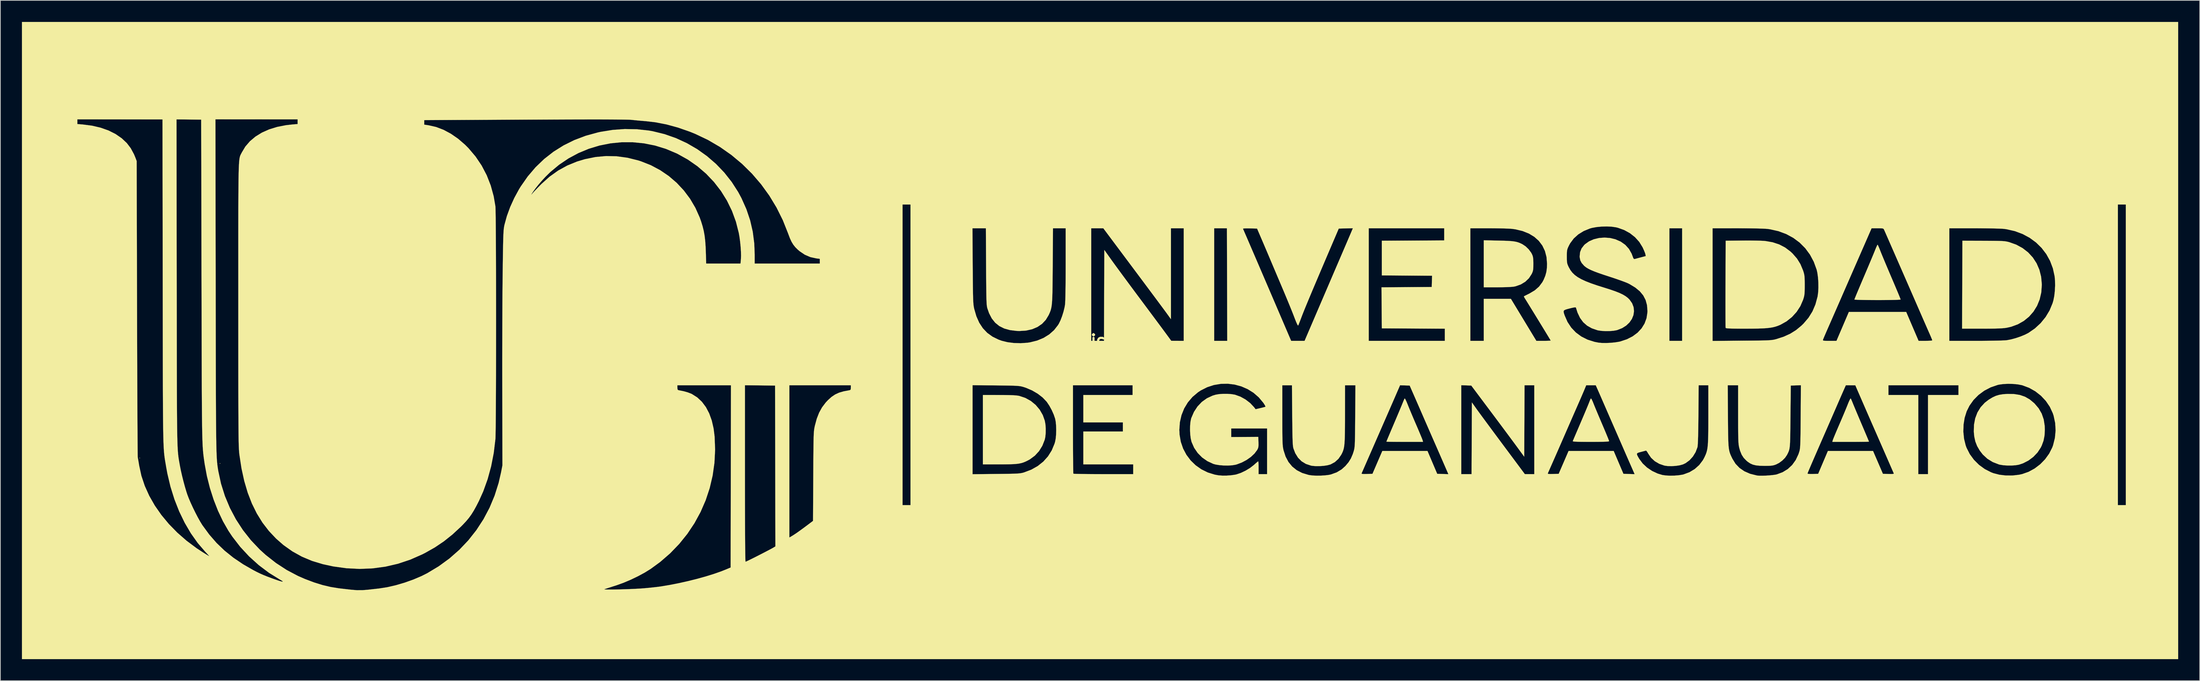
<source format=kicad_pcb>
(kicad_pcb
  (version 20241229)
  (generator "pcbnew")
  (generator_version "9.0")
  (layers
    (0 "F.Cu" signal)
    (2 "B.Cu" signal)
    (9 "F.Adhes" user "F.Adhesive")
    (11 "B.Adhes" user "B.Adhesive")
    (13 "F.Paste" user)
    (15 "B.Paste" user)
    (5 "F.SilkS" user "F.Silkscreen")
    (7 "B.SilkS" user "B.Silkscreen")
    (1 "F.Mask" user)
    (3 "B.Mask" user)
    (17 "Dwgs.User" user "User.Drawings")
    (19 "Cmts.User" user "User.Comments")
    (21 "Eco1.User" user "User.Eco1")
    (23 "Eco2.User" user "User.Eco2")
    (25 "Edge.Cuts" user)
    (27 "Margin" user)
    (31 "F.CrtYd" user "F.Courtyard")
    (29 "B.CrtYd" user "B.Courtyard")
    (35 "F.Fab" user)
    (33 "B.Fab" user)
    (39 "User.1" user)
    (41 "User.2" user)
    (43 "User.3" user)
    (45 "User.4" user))
  (footprint "Dicis"
    (layer "F.Cu")
    (at 149.95 44.286)
    (property "Reference" "Dicis" (at 0 0 0) (layer "F.SilkS") (effects (font (size 1.524 1.524) (thickness 0.3))))
    (attr through_hole)
    (fp_poly (pts (xy -133.519 16.383) (xy -133.562 16.425) (xy -133.604 16.383) (xy -133.562 16.341) (xy -133.519 16.383)) (stroke (width 0.01) (type solid)) (fill yes) (layer "F.SilkS"))
    (fp_poly (pts (xy -122.343 17.145) (xy -122.386 17.187) (xy -122.428 17.145) (xy -122.386 17.103) (xy -122.343 17.145)) (stroke (width 0.01) (type solid)) (fill yes) (layer "F.SilkS"))
    (fp_poly (pts (xy -13.991 7.621) (xy -13.227 7.624) (xy -12.611 7.633) (xy -12.121 7.649) (xy -11.738 7.672) (xy -11.441 7.704) (xy -11.207 7.745) (xy -11.18 7.751) (xy -10.344 8.032) (xy -9.583 8.455) (xy -8.916 9.004) (xy -8.358 9.663) (xy -7.925 10.416) (xy -7.65 11.187) (xy -7.555 11.705) (xy -7.512 12.302) (xy -7.519 12.914) (xy -7.576 13.477) (xy -7.655 13.839) (xy -7.986 14.682) (xy -8.446 15.425) (xy -9.027 16.058) (xy -9.72 16.569) (xy -9.957 16.701) (xy -10.272 16.858) (xy -10.565 16.983) (xy -10.863 17.08) (xy -11.188 17.153) (xy -11.564 17.204) (xy -12.017 17.239) (xy -12.57 17.259) (xy -13.247 17.268) (xy -13.949 17.271) (xy -16.256 17.272) (xy -16.256 7.62) (xy -13.991 7.621)) (stroke (width 0.01) (type solid)) (fill yes) (layer "F.SilkS"))
    (fp_poly (pts (xy 55.478 -13.862) (xy 56.208 -13.844) (xy 56.795 -13.822) (xy 57.265 -13.791) (xy 57.644 -13.747) (xy 57.96 -13.687) (xy 58.237 -13.606) (xy 58.503 -13.5) (xy 58.784 -13.366) (xy 58.804 -13.355) (xy 59.251 -13.057) (xy 59.673 -12.648) (xy 60.017 -12.186) (xy 60.142 -11.953) (xy 60.228 -11.739) (xy 60.282 -11.512) (xy 60.312 -11.227) (xy 60.324 -10.839) (xy 60.325 -10.626) (xy 60.321 -10.199) (xy 60.304 -9.894) (xy 60.267 -9.662) (xy 60.2 -9.456) (xy 60.096 -9.228) (xy 60.09 -9.215) (xy 59.71 -8.629) (xy 59.202 -8.142) (xy 58.583 -7.765) (xy 57.872 -7.512) (xy 57.621 -7.458) (xy 57.385 -7.43) (xy 57.013 -7.406) (xy 56.539 -7.386) (xy 55.998 -7.373) (xy 55.423 -7.366) (xy 55.272 -7.366) (xy 53.425 -7.366) (xy 53.425 -13.905) (xy 55.478 -13.862)) (stroke (width 0.01) (type solid)) (fill yes) (layer "F.SilkS"))
    (fp_poly (pts (xy 122.936 -13.836) (xy 123.727 -13.833) (xy 124.37 -13.829) (xy 124.885 -13.822) (xy 125.294 -13.811) (xy 125.616 -13.796) (xy 125.872 -13.775) (xy 126.084 -13.746) (xy 126.273 -13.709) (xy 126.458 -13.664) (xy 126.517 -13.648) (xy 127.506 -13.296) (xy 128.39 -12.815) (xy 129.161 -12.216) (xy 129.812 -11.508) (xy 130.335 -10.702) (xy 130.723 -9.806) (xy 130.968 -8.832) (xy 131.063 -7.789) (xy 131.063 -7.679) (xy 130.987 -6.645) (xy 130.763 -5.677) (xy 130.399 -4.787) (xy 129.904 -3.985) (xy 129.288 -3.282) (xy 128.559 -2.689) (xy 127.726 -2.217) (xy 126.798 -1.876) (xy 126.163 -1.733) (xy 125.884 -1.694) (xy 125.53 -1.663) (xy 125.085 -1.639) (xy 124.53 -1.623) (xy 123.848 -1.613) (xy 123.02 -1.609) (xy 122.713 -1.609) (xy 119.972 -1.609) (xy 119.993 -7.726) (xy 120.015 -13.843) (xy 122.936 -13.836)) (stroke (width 0.01) (type solid)) (fill yes) (layer "F.SilkS"))
    (fp_poly (pts (xy 42.475 8.144) (xy 42.572 8.319) (xy 42.698 8.595) (xy 42.823 8.903) (xy 42.956 9.235) (xy 43.142 9.687) (xy 43.366 10.224) (xy 43.615 10.813) (xy 43.873 11.417) (xy 44.017 11.748) (xy 44.253 12.296) (xy 44.468 12.803) (xy 44.653 13.244) (xy 44.798 13.596) (xy 44.891 13.835) (xy 44.923 13.928) (xy 44.976 14.139) (xy 42.427 14.139) (xy 41.79 14.138) (xy 41.211 14.136) (xy 40.71 14.132) (xy 40.31 14.126) (xy 40.029 14.12) (xy 39.89 14.113) (xy 39.878 14.11) (xy 39.91 14.028) (xy 40.001 13.808) (xy 40.142 13.472) (xy 40.326 13.036) (xy 40.544 12.519) (xy 40.79 11.942) (xy 40.921 11.633) (xy 41.189 11.004) (xy 41.444 10.401) (xy 41.677 9.849) (xy 41.877 9.371) (xy 42.035 8.992) (xy 42.139 8.736) (xy 42.162 8.678) (xy 42.274 8.404) (xy 42.369 8.193) (xy 42.422 8.099) (xy 42.475 8.144)) (stroke (width 0.01) (type solid)) (fill yes) (layer "F.SilkS"))
    (fp_poly (pts (xy 104.536 8.211) (xy 104.634 8.431) (xy 104.735 8.678) (xy 104.817 8.884) (xy 104.957 9.221) (xy 105.143 9.666) (xy 105.365 10.194) (xy 105.613 10.781) (xy 105.877 11.403) (xy 105.975 11.633) (xy 106.231 12.234) (xy 106.464 12.784) (xy 106.667 13.263) (xy 106.831 13.652) (xy 106.948 13.933) (xy 107.01 14.086) (xy 107.019 14.11) (xy 106.937 14.117) (xy 106.708 14.124) (xy 106.35 14.13) (xy 105.884 14.134) (xy 105.332 14.138) (xy 104.714 14.139) (xy 104.469 14.139) (xy 101.92 14.139) (xy 101.973 13.928) (xy 102.021 13.794) (xy 102.126 13.529) (xy 102.28 13.156) (xy 102.472 12.699) (xy 102.693 12.181) (xy 102.88 11.748) (xy 103.138 11.15) (xy 103.394 10.549) (xy 103.634 9.979) (xy 103.843 9.475) (xy 104.007 9.072) (xy 104.073 8.903) (xy 104.214 8.561) (xy 104.337 8.294) (xy 104.43 8.132) (xy 104.475 8.099) (xy 104.536 8.211)) (stroke (width 0.01) (type solid)) (fill yes) (layer "F.SilkS"))
    (fp_poly (pts (xy 127.2 7.486) (xy 128.007 7.615) (xy 128.727 7.863) (xy 129.384 8.241) (xy 130.001 8.756) (xy 130.051 8.805) (xy 130.623 9.475) (xy 131.046 10.21) (xy 131.325 11.02) (xy 131.465 11.918) (xy 131.485 12.446) (xy 131.441 13.258) (xy 131.301 13.976) (xy 131.053 14.652) (xy 130.914 14.935) (xy 130.464 15.619) (xy 129.883 16.228) (xy 129.201 16.737) (xy 128.446 17.124) (xy 127.885 17.312) (xy 127.432 17.391) (xy 126.879 17.431) (xy 126.288 17.431) (xy 125.718 17.393) (xy 125.233 17.316) (xy 125.095 17.281) (xy 124.239 16.95) (xy 123.49 16.489) (xy 122.849 15.896) (xy 122.433 15.358) (xy 122.067 14.729) (xy 121.816 14.09) (xy 121.665 13.392) (xy 121.603 12.731) (xy 121.627 11.765) (xy 121.796 10.869) (xy 122.105 10.052) (xy 122.551 9.324) (xy 123.129 8.695) (xy 123.679 8.271) (xy 124.194 7.958) (xy 124.664 7.738) (xy 125.145 7.594) (xy 125.69 7.509) (xy 126.283 7.471) (xy 127.2 7.486)) (stroke (width 0.01) (type solid)) (fill yes) (layer "F.SilkS"))
    (fp_poly (pts (xy 68.384 8.14) (xy 68.48 8.309) (xy 68.601 8.576) (xy 68.664 8.734) (xy 68.77 9) (xy 68.931 9.394) (xy 69.136 9.886) (xy 69.372 10.449) (xy 69.629 11.053) (xy 69.893 11.672) (xy 69.901 11.691) (xy 70.148 12.27) (xy 70.372 12.801) (xy 70.563 13.263) (xy 70.715 13.636) (xy 70.818 13.898) (xy 70.864 14.031) (xy 70.866 14.04) (xy 70.818 14.071) (xy 70.667 14.095) (xy 70.401 14.113) (xy 70.008 14.126) (xy 69.477 14.135) (xy 68.794 14.139) (xy 68.317 14.139) (xy 67.566 14.138) (xy 66.969 14.133) (xy 66.514 14.125) (xy 66.184 14.112) (xy 65.966 14.094) (xy 65.846 14.071) (xy 65.808 14.041) (xy 65.809 14.034) (xy 65.852 13.932) (xy 65.953 13.694) (xy 66.103 13.341) (xy 66.296 12.891) (xy 66.521 12.366) (xy 66.77 11.783) (xy 66.885 11.515) (xy 67.151 10.892) (xy 67.403 10.299) (xy 67.631 9.757) (xy 67.825 9.292) (xy 67.976 8.926) (xy 68.072 8.685) (xy 68.091 8.636) (xy 68.194 8.372) (xy 68.284 8.173) (xy 68.327 8.099) (xy 68.384 8.14)) (stroke (width 0.01) (type solid)) (fill yes) (layer "F.SilkS"))
    (fp_poly (pts (xy 108.264 -13.219) (xy 108.357 -13.019) (xy 108.48 -12.726) (xy 108.582 -12.467) (xy 108.689 -12.197) (xy 108.853 -11.795) (xy 109.065 -11.285) (xy 109.313 -10.691) (xy 109.589 -10.037) (xy 109.882 -9.347) (xy 110.159 -8.697) (xy 110.443 -8.034) (xy 110.704 -7.419) (xy 110.936 -6.869) (xy 111.131 -6.402) (xy 111.281 -6.035) (xy 111.38 -5.787) (xy 111.421 -5.674) (xy 111.421 -5.671) (xy 111.338 -5.648) (xy 111.092 -5.629) (xy 110.692 -5.613) (xy 110.144 -5.601) (xy 109.456 -5.593) (xy 108.635 -5.588) (xy 108.204 -5.588) (xy 107.485 -5.59) (xy 106.821 -5.595) (xy 106.233 -5.603) (xy 105.736 -5.614) (xy 105.352 -5.627) (xy 105.096 -5.641) (xy 104.989 -5.657) (xy 104.987 -5.66) (xy 105.019 -5.751) (xy 105.111 -5.981) (xy 105.255 -6.331) (xy 105.445 -6.786) (xy 105.673 -7.328) (xy 105.931 -7.939) (xy 106.214 -8.603) (xy 106.286 -8.771) (xy 106.587 -9.479) (xy 106.88 -10.168) (xy 107.153 -10.816) (xy 107.398 -11.399) (xy 107.605 -11.896) (xy 107.765 -12.284) (xy 107.869 -12.54) (xy 107.873 -12.552) (xy 108.003 -12.872) (xy 108.115 -13.123) (xy 108.192 -13.269) (xy 108.214 -13.292) (xy 108.264 -13.219)) (stroke (width 0.01) (type solid)) (fill yes) (layer "F.SilkS"))
    (fp_poly (pts (xy 90.768 -13.869) (xy 91.377 -13.859) (xy 91.909 -13.845) (xy 92.334 -13.826) (xy 92.601 -13.804) (xy 93.619 -13.625) (xy 94.528 -13.326) (xy 95.347 -12.9) (xy 96.095 -12.338) (xy 96.387 -12.064) (xy 97 -11.362) (xy 97.477 -10.593) (xy 97.843 -9.72) (xy 97.852 -9.694) (xy 97.939 -9.422) (xy 98 -9.182) (xy 98.041 -8.936) (xy 98.064 -8.644) (xy 98.075 -8.268) (xy 98.079 -7.769) (xy 98.079 -7.662) (xy 98.076 -7.137) (xy 98.067 -6.742) (xy 98.046 -6.438) (xy 98.009 -6.186) (xy 97.951 -5.946) (xy 97.869 -5.68) (xy 97.849 -5.619) (xy 97.472 -4.748) (xy 96.951 -3.946) (xy 96.305 -3.234) (xy 95.554 -2.632) (xy 94.716 -2.162) (xy 94.676 -2.144) (xy 94.347 -2.007) (xy 94.018 -1.896) (xy 93.668 -1.806) (xy 93.275 -1.737) (xy 92.819 -1.686) (xy 92.279 -1.649) (xy 91.634 -1.626) (xy 90.863 -1.614) (xy 89.945 -1.61) (xy 89.892 -1.61) (xy 89.093 -1.611) (xy 88.45 -1.615) (xy 87.948 -1.624) (xy 87.574 -1.636) (xy 87.315 -1.654) (xy 87.156 -1.676) (xy 87.083 -1.705) (xy 87.076 -1.714) (xy 87.07 -1.815) (xy 87.064 -2.071) (xy 87.06 -2.468) (xy 87.056 -2.994) (xy 87.054 -3.634) (xy 87.053 -4.374) (xy 87.052 -5.201) (xy 87.053 -6.101) (xy 87.055 -7.06) (xy 87.058 -7.832) (xy 87.08 -13.843) (xy 89.45 -13.868) (xy 90.116 -13.872) (xy 90.768 -13.869)) (stroke (width 0.01) (type solid)) (fill yes) (layer "F.SilkS"))
    (fp_poly (pts (xy 150.029 44.365) (xy -149.945 44.365) (xy -149.945 -30.077) (xy -142.24 -30.077) (xy -141.499 -30.017) (xy -140.209 -29.851) (xy -139.01 -29.572) (xy -137.914 -29.184) (xy -136.931 -28.692) (xy -136.07 -28.099) (xy -135.359 -27.431) (xy -134.813 -26.715) (xy -134.358 -25.871) (xy -134.172 -25.423) (xy -133.986 -24.934) (xy -133.935 -4.403) (xy -133.931 -2.547) (xy -133.926 -0.735) (xy -133.92 1.026) (xy -133.915 2.729) (xy -133.909 4.366) (xy -133.903 5.931) (xy -133.897 7.416) (xy -133.891 8.813) (xy -133.884 10.115) (xy -133.878 11.314) (xy -133.872 12.404) (xy -133.866 13.376) (xy -133.86 14.224) (xy -133.854 14.941) (xy -133.848 15.518) (xy -133.843 15.948) (xy -133.837 16.224) (xy -133.832 16.339) (xy -133.832 16.341) (xy -133.797 16.511) (xy -133.744 16.803) (xy -133.682 17.17) (xy -133.638 17.441) (xy -133.33 18.861) (xy -132.859 20.268) (xy -132.234 21.653) (xy -131.461 23.006) (xy -130.547 24.317) (xy -129.501 25.576) (xy -128.329 26.774) (xy -127.038 27.901) (xy -125.636 28.947) (xy -124.666 29.58) (xy -124.351 29.773) (xy -124.094 29.928) (xy -123.927 30.027) (xy -123.878 30.052) (xy -123.919 29.997) (xy -124.054 29.845) (xy -124.261 29.621) (xy -124.451 29.42) (xy -125.49 28.211) (xy -126.443 26.865) (xy -127.304 25.397) (xy -128.068 23.819) (xy -128.728 22.143) (xy -129.278 20.385) (xy -129.712 18.556) (xy -129.873 17.682) (xy -129.919 17.409) (xy -129.962 17.159) (xy -130.002 16.925) (xy -130.04 16.701) (xy -130.074 16.481) (xy -130.105 16.258) (xy -130.134 16.025) (xy -130.161 15.776) (xy -130.185 15.504) (xy -130.206 15.204) (xy -130.226 14.867) (xy -130.244 14.489) (xy -130.26 14.061) (xy -130.274 13.579) (xy -130.286 13.034) (xy -130.297 12.422) (xy -130.306 11.734) (xy -130.315 10.965) (xy -130.322 10.109) (xy -130.328 9.158) (xy -130.333 8.106) (xy -130.338 6.946) (xy -130.341 5.673) (xy -130.345 4.279) (xy -130.348 2.758) (xy -130.35 1.104) (xy -130.353 -0.69) (xy -130.355 -2.631) (xy -130.358 -4.725) (xy -130.361 -6.979) (xy -130.362 -8.144) (xy -130.391 -30.724) (xy -135.174 -30.729) (xy -128.443 -30.729) (xy -128.415 -8.019) (xy -128.412 -5.684) (xy -128.409 -3.512) (xy -128.407 -1.495) (xy -128.404 0.371) (xy -128.402 2.093) (xy -128.399 3.679) (xy -128.396 5.133) (xy -128.393 6.464) (xy -128.389 7.677) (xy -128.384 8.778) (xy -128.379 9.775) (xy -128.373 10.673) (xy -128.365 11.479) (xy -128.357 12.2) (xy -128.348 12.842) (xy -128.337 13.411) (xy -128.325 13.913) (xy -128.311 14.356) (xy -128.296 14.746) (xy -128.279 15.089) (xy -128.26 15.391) (xy -128.239 15.66) (xy -128.216 15.901) (xy -128.191 16.121) (xy -128.164 16.326) (xy -128.134 16.523) (xy -128.102 16.719) (xy -128.067 16.919) (xy -128.029 17.13) (xy -127.988 17.359) (xy -127.977 17.426) (xy -127.849 18.078) (xy -127.68 18.827) (xy -127.484 19.615) (xy -127.275 20.385) (xy -127.068 21.08) (xy -126.947 21.451) (xy -126.745 21.983) (xy -126.478 22.607) (xy -126.166 23.284) (xy -125.829 23.972) (xy -125.488 24.63) (xy -125.161 25.216) (xy -124.871 25.689) (xy -124.838 25.739) (xy -123.894 27.028) (xy -122.874 28.201) (xy -121.759 29.272) (xy -120.532 30.258) (xy -119.175 31.174) (xy -117.771 31.981) (xy -117.272 32.241) (xy -116.802 32.468) (xy -116.317 32.681) (xy -115.774 32.898) (xy -115.129 33.139) (xy -114.85 33.239) (xy -114.326 33.422) (xy -113.95 33.539) (xy -113.724 33.591) (xy -113.65 33.577) (xy -113.729 33.497) (xy -113.962 33.352) (xy -114.046 33.305) (xy -115.567 32.364) (xy -117.005 31.282) (xy -118.346 30.071) (xy -119.576 28.746) (xy -120.68 27.319) (xy -121.226 26.501) (xy -121.982 25.181) (xy -122.668 23.732) (xy -123.276 22.181) (xy -123.795 20.56) (xy -124.215 18.895) (xy -124.525 17.218) (xy -124.548 17.061) (xy -124.585 16.803) (xy -124.62 16.561) (xy -124.652 16.328) (xy -124.682 16.099) (xy -124.709 15.865) (xy -124.735 15.622) (xy -124.758 15.362) (xy -124.779 15.079) (xy -124.799 14.765) (xy -124.816 14.415) (xy -124.832 14.023) (xy -124.847 13.58) (xy -124.86 13.081) (xy -124.872 12.519) (xy -124.882 11.888) (xy -124.891 11.181) (xy -124.9 10.391) (xy -124.907 9.511) (xy -124.914 8.536) (xy -124.92 7.459) (xy -124.926 6.272) (xy -124.931 4.97) (xy -124.935 3.546) (xy -124.94 1.993) (xy -124.944 0.304) (xy -124.948 -1.526) (xy -124.953 -3.505) (xy -124.957 -5.639) (xy -124.962 -7.935) (xy -124.963 -8.297) (xy -125.01 -30.692) (xy -126.727 -30.71) (xy -128.443 -30.729) (xy -135.174 -30.729) (xy -136.316 -30.73) (xy -142.24 -30.735) (xy -142.24 -30.077) (xy -149.945 -30.077) (xy -149.945 -30.736) (xy -123.028 -30.736) (xy -122.994 -7.558) (xy -122.991 -5.182) (xy -122.987 -2.969) (xy -122.984 -0.914) (xy -122.981 0.992) (xy -122.977 2.753) (xy -122.974 4.377) (xy -122.97 5.869) (xy -122.966 7.236) (xy -122.961 8.484) (xy -122.956 9.619) (xy -122.95 10.649) (xy -122.943 11.578) (xy -122.935 12.414) (xy -122.927 13.163) (xy -122.917 13.83) (xy -122.907 14.423) (xy -122.895 14.948) (xy -122.882 15.41) (xy -122.868 15.817) (xy -122.852 16.175) (xy -122.835 16.489) (xy -122.816 16.767) (xy -122.795 17.014) (xy -122.772 17.237) (xy -122.748 17.442) (xy -122.721 17.635) (xy -122.693 17.824) (xy -122.662 18.013) (xy -122.631 18.203) (xy -122.25 19.965) (xy -121.71 21.678) (xy -121.018 23.332) (xy -120.181 24.915) (xy -119.204 26.416) (xy -118.094 27.823) (xy -116.857 29.126) (xy -116.036 29.871) (xy -114.601 30.998) (xy -113.111 31.968) (xy -111.552 32.791) (xy -110.575 33.218) (xy -109.315 33.693) (xy -108.135 34.06) (xy -106.994 34.33) (xy -105.851 34.515) (xy -105.622 34.542) (xy -105.175 34.593) (xy -104.71 34.646) (xy -104.306 34.692) (xy -104.182 34.707) (xy -103.353 34.776) (xy -102.567 34.774) (xy -101.812 34.712) (xy -101.351 34.661) (xy -101.148 34.638) (xy -68.919 34.638) (xy -68.912 34.661) (xy -68.757 34.677) (xy -68.474 34.685) (xy -68.085 34.687) (xy -67.609 34.683) (xy -67.069 34.673) (xy -66.484 34.659) (xy -65.875 34.639) (xy -65.263 34.616) (xy -64.67 34.589) (xy -64.115 34.559) (xy -63.619 34.527) (xy -63.373 34.507) (xy -62.811 34.456) (xy -62.226 34.396) (xy -61.674 34.334) (xy -61.211 34.275) (xy -61.045 34.252) (xy -59.824 34.048) (xy -58.562 33.8) (xy -57.288 33.516) (xy -56.035 33.203) (xy -54.835 32.87) (xy -53.718 32.525) (xy -52.718 32.176) (xy -52.112 31.938) (xy -51.35 31.621) (xy -51.329 18.943) (xy -51.328 18.541) (xy -49.361 18.541) (xy -49.36 20.441) (xy -49.358 22.185) (xy -49.355 23.773) (xy -49.351 25.204) (xy -49.346 26.475) (xy -49.34 27.586) (xy -49.333 28.535) (xy -49.324 29.321) (xy -49.315 29.944) (xy -49.304 30.401) (xy -49.293 30.692) (xy -49.28 30.814) (xy -49.277 30.819) (xy -49.18 30.782) (xy -48.956 30.678) (xy -48.626 30.518) (xy -48.213 30.314) (xy -47.739 30.076) (xy -47.478 29.943) (xy -46.963 29.679) (xy -46.481 29.429) (xy -46.058 29.208) (xy -45.722 29.029) (xy -45.498 28.907) (xy -45.445 28.876) (xy -45.127 28.685) (xy -45.148 17.496) (xy -45.17 6.308) (xy -49.087 6.265) (xy -43.18 6.265) (xy -43.18 27.438) (xy -42.989 27.337) (xy -42.824 27.24) (xy -42.573 27.082) (xy -42.291 26.897) (xy -42.026 26.714) (xy -41.671 26.46) (xy -41.271 26.168) (xy -40.87 25.871) (xy -40.835 25.845) (xy -39.888 25.133) (xy -39.856 18.938) (xy -39.849 17.763) (xy -39.844 16.745) (xy -39.838 15.87) (xy -39.831 15.126) (xy -39.824 14.498) (xy -39.815 13.975) (xy -39.805 13.543) (xy -39.792 13.189) (xy -39.777 12.899) (xy -39.76 12.662) (xy -39.738 12.464) (xy -39.713 12.291) (xy -39.684 12.132) (xy -39.65 11.972) (xy -39.633 11.896) (xy -39.37 10.922) (xy -39.042 10.08) (xy -38.634 9.341) (xy -38.131 8.676) (xy -37.81 8.332) (xy -37.319 7.889) (xy -36.818 7.551) (xy -36.268 7.297) (xy -35.627 7.11) (xy -34.946 6.983) (xy -34.742 6.94) (xy -34.652 6.858) (xy -34.629 6.681) (xy -34.629 6.6) (xy -34.629 6.265) (xy -43.18 6.265) (xy -49.087 6.265) (xy -49.361 6.262) (xy -49.361 18.541) (xy -51.328 18.541) (xy -51.307 6.265) (xy -58.759 6.265) (xy -58.759 6.6) (xy -58.747 6.818) (xy -58.682 6.923) (xy -58.517 6.972) (xy -58.441 6.984) (xy -57.882 7.096) (xy -57.33 7.252) (xy -56.857 7.431) (xy -56.735 7.489) (xy -55.996 7.957) (xy -55.348 8.565) (xy -54.793 9.306) (xy -54.336 10.176) (xy -53.978 11.168) (xy -53.723 12.278) (xy -53.584 13.377) (xy -53.512 15.223) (xy -53.604 17.044) (xy -53.857 18.829) (xy -54.266 20.572) (xy -54.826 22.263) (xy -55.535 23.893) (xy -56.387 25.455) (xy -57.378 26.94) (xy -58.505 28.338) (xy -59.763 29.643) (xy -61.149 30.844) (xy -62.473 31.811) (xy -63.298 32.323) (xy -64.238 32.831) (xy -65.238 33.312) (xy -66.245 33.739) (xy -67.206 34.086) (xy -67.31 34.12) (xy -67.784 34.27) (xy -68.215 34.408) (xy -68.571 34.523) (xy -68.82 34.605) (xy -68.919 34.638) (xy -101.148 34.638) (xy -100.822 34.602) (xy -100.328 34.546) (xy -100.245 34.537) (xy -99.125 34.362) (xy -97.93 34.087) (xy -96.707 33.728) (xy -95.506 33.301) (xy -94.375 32.821) (xy -93.557 32.411) (xy -91.955 31.447) (xy -90.466 30.36) (xy -89.095 29.156) (xy -87.848 27.843) (xy -86.728 26.426) (xy -85.742 24.912) (xy -84.893 23.309) (xy -84.188 21.623) (xy -83.63 19.861) (xy -83.288 18.375) (xy -83.1 17.399) (xy -83.123 7.07) (xy -83.125 5.615) (xy -83.126 4.11) (xy -83.126 2.575) (xy -83.124 1.03) (xy -83.12 -0.505) (xy -83.116 -2.01) (xy -83.11 -3.465) (xy -83.104 -4.85) (xy -83.096 -6.145) (xy -83.087 -7.331) (xy -83.078 -8.386) (xy -83.067 -9.271) (xy -83.052 -10.433) (xy -83.038 -11.439) (xy -83.025 -12.303) (xy -83.012 -13.036) (xy -82.999 -13.654) (xy -82.986 -14.167) (xy -82.971 -14.591) (xy -82.955 -14.938) (xy -82.937 -15.222) (xy -82.916 -15.455) (xy -82.891 -15.651) (xy -82.864 -15.823) (xy -82.832 -15.984) (xy -82.813 -16.072) (xy -82.48 -17.282) (xy -82.021 -18.536) (xy -81.452 -19.79) (xy -81.202 -20.25) (xy -79.091 -20.25) (xy -79.058 -20.268) (xy -78.929 -20.418) (xy -78.905 -20.447) (xy -78.748 -20.625) (xy -78.499 -20.891) (xy -78.186 -21.217) (xy -77.837 -21.572) (xy -77.647 -21.763) (xy -76.535 -22.759) (xy -75.349 -23.604) (xy -74.082 -24.302) (xy -72.725 -24.858) (xy -71.629 -25.188) (xy -70.146 -25.49) (xy -68.668 -25.624) (xy -67.193 -25.59) (xy -65.712 -25.388) (xy -64.222 -25.018) (xy -63.829 -24.893) (xy -62.454 -24.35) (xy -61.161 -23.662) (xy -59.958 -22.842) (xy -58.856 -21.897) (xy -57.866 -20.838) (xy -56.995 -19.676) (xy -56.255 -18.418) (xy -55.655 -17.076) (xy -55.457 -16.52) (xy -55.253 -15.854) (xy -55.095 -15.216) (xy -54.977 -14.563) (xy -54.893 -13.856) (xy -54.835 -13.055) (xy -54.804 -12.298) (xy -54.754 -10.668) (xy -49.977 -10.668) (xy -49.922 -11.282) (xy -49.903 -11.753) (xy -49.918 -12.343) (xy -49.961 -13.006) (xy -50.029 -13.696) (xy -50.118 -14.366) (xy -50.216 -14.926) (xy -50.615 -16.496) (xy -51.167 -17.999) (xy -51.864 -19.426) (xy -52.7 -20.769) (xy -53.669 -22.02) (xy -54.764 -23.171) (xy -55.978 -24.212) (xy -57.306 -25.136) (xy -58.74 -25.934) (xy -58.869 -25.997) (xy -60.355 -26.623) (xy -61.877 -27.089) (xy -63.422 -27.397) (xy -64.979 -27.549) (xy -66.535 -27.547) (xy -68.079 -27.393) (xy -69.6 -27.09) (xy -71.086 -26.639) (xy -72.524 -26.042) (xy -73.903 -25.302) (xy -75.212 -24.421) (xy -76.439 -23.401) (xy -77.131 -22.721) (xy -77.609 -22.204) (xy -78.07 -21.667) (xy -78.486 -21.146) (xy -78.829 -20.676) (xy -79.032 -20.362) (xy -79.091 -20.25) (xy -81.202 -20.25) (xy -80.794 -20.999) (xy -80.562 -21.378) (xy -79.577 -22.789) (xy -78.487 -24.068) (xy -77.292 -25.215) (xy -75.994 -26.227) (xy -74.595 -27.104) (xy -73.097 -27.845) (xy -71.502 -28.448) (xy -69.81 -28.912) (xy -69.469 -28.986) (xy -67.786 -29.259) (xy -66.089 -29.382) (xy -64.403 -29.354) (xy -62.757 -29.175) (xy -62.188 -29.075) (xy -60.548 -28.673) (xy -58.963 -28.118) (xy -57.443 -27.418) (xy -55.999 -26.58) (xy -54.643 -25.613) (xy -53.384 -24.525) (xy -52.234 -23.324) (xy -51.203 -22.018) (xy -50.302 -20.616) (xy -49.848 -19.77) (xy -49.162 -18.233) (xy -48.64 -16.682) (xy -48.276 -15.099) (xy -48.066 -13.466) (xy -48.006 -11.93) (xy -48.006 -10.668) (xy -38.947 -10.668) (xy -38.947 -11.326) (xy -39.419 -11.385) (xy -40.259 -11.567) (xy -41.034 -11.9) (xy -41.758 -12.389) (xy -42.021 -12.615) (xy -42.36 -12.953) (xy -42.638 -13.303) (xy -42.879 -13.703) (xy -43.105 -14.191) (xy -43.337 -14.804) (xy -43.356 -14.859) (xy -44.09 -16.701) (xy -44.966 -18.461) (xy -45.22 -18.881) (xy -27.432 -18.881) (xy -27.432 22.945) (xy -26.331 22.945) (xy -26.331 18.639) (xy -17.695 18.639) (xy -14.415 18.606) (xy -13.575 18.597) (xy -12.887 18.588) (xy -12.329 18.578) (xy -11.885 18.566) (xy -11.534 18.55) (xy -11.258 18.531) (xy -11.037 18.506) (xy -10.854 18.475) (xy -10.689 18.436) (xy -10.523 18.389) (xy -10.514 18.386) (xy -9.516 18.006) (xy -8.626 17.504) (xy -7.852 16.886) (xy -7.201 16.16) (xy -6.68 15.332) (xy -6.296 14.409) (xy -6.213 14.132) (xy -6.125 13.675) (xy -6.073 13.109) (xy -6.055 12.49) (xy -6.073 11.874) (xy -6.127 11.317) (xy -6.204 10.922) (xy -6.399 10.346) (xy -6.677 9.722) (xy -7.005 9.119) (xy -7.348 8.605) (xy -7.395 8.544) (xy -7.944 7.967) (xy -8.627 7.439) (xy -9.409 6.983) (xy -10.257 6.619) (xy -10.599 6.506) (xy -10.767 6.458) (xy -10.933 6.419) (xy -11.116 6.387) (xy -11.336 6.362) (xy -11.611 6.342) (xy -11.961 6.326) (xy -12.405 6.314) (xy -12.961 6.304) (xy -13.65 6.295) (xy -14.457 6.286) (xy -16.486 6.265) (xy -3.725 6.265) (xy -3.725 12.39) (xy -3.725 13.393) (xy -3.722 14.347) (xy -3.719 15.237) (xy -3.714 16.051) (xy -3.708 16.775) (xy -3.702 17.395) (xy -3.694 17.898) (xy -3.686 18.271) (xy -3.677 18.499) (xy -3.669 18.57) (xy -3.575 18.581) (xy -3.329 18.592) (xy -2.947 18.601) (xy -2.444 18.61) (xy -1.839 18.617) (xy -1.147 18.622) (xy -0.384 18.625) (xy 0.432 18.627) (xy 0.522 18.627) (xy 4.657 18.627) (xy 4.657 17.272) (xy -2.286 17.272) (xy -2.286 12.7) (xy 3.217 12.7) (xy 3.217 12.455) (xy 11.07 12.455) (xy 11.101 13.128) (xy 11.274 14.133) (xy 11.597 15.075) (xy 12.057 15.942) (xy 12.643 16.721) (xy 13.341 17.399) (xy 14.14 17.963) (xy 15.028 18.4) (xy 15.993 18.699) (xy 16.521 18.795) (xy 17.053 18.836) (xy 17.668 18.832) (xy 18.29 18.787) (xy 18.847 18.705) (xy 19.02 18.666) (xy 19.635 18.459) (xy 20.284 18.15) (xy 20.904 17.775) (xy 21.429 17.369) (xy 21.453 17.347) (xy 21.703 17.123) (xy 21.905 16.951) (xy 22.027 16.858) (xy 22.047 16.849) (xy 22.068 16.927) (xy 22.085 17.141) (xy 22.095 17.453) (xy 22.098 17.738) (xy 22.098 18.627) (xy 23.283 18.627) (xy 23.283 12.277) (xy 18.288 12.277) (xy 18.288 13.468) (xy 20.172 13.458) (xy 22.056 13.449) (xy 22.08 14.183) (xy 22.087 14.557) (xy 22.072 14.816) (xy 22.025 15.013) (xy 21.938 15.2) (xy 21.894 15.278) (xy 21.526 15.767) (xy 21.025 16.235) (xy 20.425 16.658) (xy 19.762 17.011) (xy 19.07 17.272) (xy 18.883 17.323) (xy 18.414 17.401) (xy 17.848 17.435) (xy 17.24 17.427) (xy 16.645 17.378) (xy 16.119 17.292) (xy 15.796 17.202) (xy 14.972 16.819) (xy 14.244 16.31) (xy 13.627 15.687) (xy 13.134 14.968) (xy 12.782 14.167) (xy 12.761 14.101) (xy 12.656 13.642) (xy 12.589 13.085) (xy 12.562 12.481) (xy 12.573 11.881) (xy 12.623 11.335) (xy 12.714 10.895) (xy 12.732 10.837) (xy 13.106 9.974) (xy 13.599 9.22) (xy 14.201 8.585) (xy 14.904 8.079) (xy 15.697 7.71) (xy 16.126 7.579) (xy 16.59 7.499) (xy 17.153 7.459) (xy 17.752 7.459) (xy 18.321 7.498) (xy 18.796 7.577) (xy 18.826 7.585) (xy 19.57 7.852) (xy 20.29 8.252) (xy 20.94 8.753) (xy 21.473 9.324) (xy 21.493 9.349) (xy 21.68 9.597) (xy 22.334 9.445) (xy 22.649 9.368) (xy 22.9 9.303) (xy 23.04 9.26) (xy 23.052 9.255) (xy 23.038 9.173) (xy 22.944 8.992) (xy 22.787 8.748) (xy 22.757 8.704) (xy 22.126 7.947) (xy 21.394 7.311) (xy 20.577 6.801) (xy 19.696 6.418) (xy 19.131 6.265) (xy 25.4 6.265) (xy 25.401 10.435) (xy 25.401 11.392) (xy 25.403 12.196) (xy 25.406 12.864) (xy 25.412 13.412) (xy 25.42 13.857) (xy 25.432 14.214) (xy 25.448 14.502) (xy 25.468 14.735) (xy 25.494 14.931) (xy 25.525 15.106) (xy 25.562 15.277) (xy 25.572 15.316) (xy 25.855 16.191) (xy 26.256 16.944) (xy 26.775 17.575) (xy 27.411 18.084) (xy 28.164 18.471) (xy 29.033 18.734) (xy 29.168 18.762) (xy 29.609 18.818) (xy 30.153 18.842) (xy 30.743 18.837) (xy 31.323 18.803) (xy 31.837 18.742) (xy 32.169 18.674) (xy 32.58 18.524) (xy 36.431 18.524) (xy 36.445 18.576) (xy 36.556 18.606) (xy 36.788 18.616) (xy 37.163 18.609) (xy 37.941 18.584) (xy 38.626 16.997) (xy 39.311 15.409) (xy 45.597 15.409) (xy 46.948 18.584) (xy 47.724 18.609) (xy 48.501 18.633) (xy 48.499 18.627) (xy 50.292 18.627) (xy 51.73 18.627) (xy 51.774 8.652) (xy 52.446 9.597) (xy 52.622 9.84) (xy 52.887 10.204) (xy 53.231 10.672) (xy 53.641 11.228) (xy 54.106 11.857) (xy 54.614 12.544) (xy 55.153 13.271) (xy 55.713 14.024) (xy 56.129 14.584) (xy 59.14 18.626) (xy 59.796 18.626) (xy 60.452 18.627) (xy 60.452 18.524) (xy 62.337 18.524) (xy 62.352 18.576) (xy 62.465 18.606) (xy 62.698 18.616) (xy 63.072 18.609) (xy 63.849 18.584) (xy 64.536 16.997) (xy 65.223 15.409) (xy 71.502 15.409) (xy 72.856 18.584) (xy 73.635 18.609) (xy 74.414 18.633) (xy 73.902 17.466) (xy 73.667 16.931) (xy 73.397 16.313) (xy 73.177 15.81) (xy 74.729 15.81) (xy 74.764 15.978) (xy 74.898 16.237) (xy 75.067 16.522) (xy 75.539 17.153) (xy 76.142 17.716) (xy 76.845 18.189) (xy 77.615 18.55) (xy 78.274 18.747) (xy 78.757 18.817) (xy 79.342 18.845) (xy 79.968 18.834) (xy 80.575 18.784) (xy 81.101 18.698) (xy 81.232 18.665) (xy 82.049 18.361) (xy 82.778 17.922) (xy 83.403 17.362) (xy 83.908 16.694) (xy 84.101 16.341) (xy 84.222 16.086) (xy 84.325 15.849) (xy 84.41 15.611) (xy 84.48 15.357) (xy 84.536 15.07) (xy 84.579 14.735) (xy 84.612 14.334) (xy 84.635 13.851) (xy 84.651 13.271) (xy 84.66 12.577) (xy 84.665 11.752) (xy 84.667 10.781) (xy 84.667 10.366) (xy 84.667 6.265) (xy 87.366 6.265) (xy 87.396 10.562) (xy 87.404 11.574) (xy 87.411 12.434) (xy 87.421 13.156) (xy 87.435 13.759) (xy 87.454 14.258) (xy 87.48 14.669) (xy 87.515 15.009) (xy 87.561 15.294) (xy 87.619 15.542) (xy 87.691 15.767) (xy 87.779 15.986) (xy 87.885 16.216) (xy 88.01 16.474) (xy 88.02 16.494) (xy 88.449 17.188) (xy 89.003 17.768) (xy 89.679 18.233) (xy 90.475 18.581) (xy 91.389 18.81) (xy 91.482 18.826) (xy 91.777 18.849) (xy 92.189 18.851) (xy 92.669 18.835) (xy 93.166 18.803) (xy 93.63 18.758) (xy 94.012 18.704) (xy 94.192 18.665) (xy 94.492 18.554) (xy 98.467 18.554) (xy 98.546 18.588) (xy 98.761 18.608) (xy 99.078 18.612) (xy 99.208 18.609) (xy 99.949 18.584) (xy 101.299 15.409) (xy 107.585 15.409) (xy 108.271 16.997) (xy 108.956 18.584) (xy 109.733 18.609) (xy 110.11 18.616) (xy 110.341 18.606) (xy 110.452 18.576) (xy 110.465 18.524) (xy 110.417 18.412) (xy 110.309 18.164) (xy 110.151 17.801) (xy 109.951 17.342) (xy 109.718 16.808) (xy 109.46 16.217) (xy 109.186 15.591) (xy 108.905 14.948) (xy 108.625 14.309) (xy 108.355 13.693) (xy 108.105 13.12) (xy 107.881 12.611) (xy 107.694 12.184) (xy 107.66 12.107) (xy 107.453 11.636) (xy 107.197 11.05) (xy 106.907 10.387) (xy 106.602 9.688) (xy 106.299 8.993) (xy 106.08 8.489) (xy 105.114 6.267) (xy 104.456 6.266) (xy 103.799 6.265) (xy 109.728 6.265) (xy 109.728 7.62) (xy 113.877 7.62) (xy 113.877 18.627) (xy 115.231 18.627) (xy 115.231 12.742) (xy 120.144 12.742) (xy 120.244 13.717) (xy 120.472 14.638) (xy 120.594 14.969) (xy 121.039 15.845) (xy 121.623 16.642) (xy 122.326 17.342) (xy 123.13 17.927) (xy 124.013 18.378) (xy 124.333 18.5) (xy 125.15 18.711) (xy 126.05 18.819) (xy 126.98 18.822) (xy 127.887 18.718) (xy 128.324 18.624) (xy 129.221 18.31) (xy 130.066 17.848) (xy 130.839 17.26) (xy 131.519 16.564) (xy 132.085 15.779) (xy 132.516 14.926) (xy 132.631 14.615) (xy 132.886 13.595) (xy 132.984 12.552) (xy 132.923 11.512) (xy 132.706 10.501) (xy 132.588 10.147) (xy 132.177 9.26) (xy 131.624 8.447) (xy 130.949 7.726) (xy 130.17 7.112) (xy 129.306 6.623) (xy 128.375 6.274) (xy 128.294 6.252) (xy 127.73 6.142) (xy 127.071 6.079) (xy 126.375 6.063) (xy 125.702 6.095) (xy 125.11 6.176) (xy 124.926 6.218) (xy 123.952 6.551) (xy 123.058 7.019) (xy 122.257 7.61) (xy 121.565 8.309) (xy 120.998 9.105) (xy 120.608 9.887) (xy 120.326 10.786) (xy 120.171 11.751) (xy 120.144 12.742) (xy 115.231 12.742) (xy 115.231 7.62) (xy 119.465 7.62) (xy 119.465 6.265) (xy 109.728 6.265) (xy 103.799 6.265) (xy 103.582 6.752) (xy 103.479 6.986) (xy 103.323 7.341) (xy 103.13 7.781) (xy 102.915 8.274) (xy 102.702 8.763) (xy 102.472 9.293) (xy 102.193 9.933) (xy 101.887 10.635) (xy 101.573 11.354) (xy 101.272 12.044) (xy 101.143 12.34) (xy 100.64 13.491) (xy 100.201 14.496) (xy 99.823 15.364) (xy 99.5 16.105) (xy 99.23 16.728) (xy 99.008 17.241) (xy 98.831 17.655) (xy 98.693 17.978) (xy 98.592 18.22) (xy 98.524 18.389) (xy 98.484 18.495) (xy 98.468 18.548) (xy 98.467 18.554) (xy 94.492 18.554) (xy 95.008 18.362) (xy 95.723 17.925) (xy 96.33 17.359) (xy 96.826 16.669) (xy 97.207 15.859) (xy 97.34 15.452) (xy 97.374 15.32) (xy 97.402 15.165) (xy 97.426 14.972) (xy 97.445 14.725) (xy 97.462 14.41) (xy 97.475 14.011) (xy 97.486 13.514) (xy 97.496 12.903) (xy 97.504 12.162) (xy 97.511 11.278) (xy 97.516 10.601) (xy 97.545 6.258) (xy 96.139 6.308) (xy 96.095 10.626) (xy 96.085 11.607) (xy 96.076 12.434) (xy 96.067 13.124) (xy 96.055 13.693) (xy 96.039 14.156) (xy 96.018 14.529) (xy 95.991 14.828) (xy 95.956 15.069) (xy 95.912 15.268) (xy 95.856 15.44) (xy 95.788 15.603) (xy 95.707 15.771) (xy 95.61 15.96) (xy 95.605 15.97) (xy 95.338 16.359) (xy 94.958 16.739) (xy 94.515 17.066) (xy 94.103 17.278) (xy 93.872 17.362) (xy 93.652 17.419) (xy 93.399 17.454) (xy 93.074 17.472) (xy 92.634 17.478) (xy 92.456 17.478) (xy 91.805 17.462) (xy 91.284 17.407) (xy 90.858 17.302) (xy 90.49 17.137) (xy 90.143 16.901) (xy 89.966 16.753) (xy 89.589 16.363) (xy 89.304 15.921) (xy 89.086 15.382) (xy 88.985 15.029) (xy 88.945 14.866) (xy 88.913 14.701) (xy 88.886 14.517) (xy 88.865 14.298) (xy 88.848 14.027) (xy 88.835 13.687) (xy 88.827 13.262) (xy 88.821 12.735) (xy 88.817 12.09) (xy 88.816 11.309) (xy 88.815 10.377) (xy 88.815 10.316) (xy 88.815 6.265) (xy 87.366 6.265) (xy 84.667 6.265) (xy 83.323 6.265) (xy 83.289 10.393) (xy 83.278 11.507) (xy 83.264 12.457) (xy 83.248 13.246) (xy 83.229 13.878) (xy 83.207 14.359) (xy 83.183 14.692) (xy 83.155 14.882) (xy 83.153 14.892) (xy 82.895 15.57) (xy 82.519 16.182) (xy 82.048 16.701) (xy 81.506 17.098) (xy 81.135 17.275) (xy 80.69 17.399) (xy 80.145 17.481) (xy 79.564 17.517) (xy 79.011 17.505) (xy 78.559 17.441) (xy 77.847 17.197) (xy 77.22 16.829) (xy 76.702 16.352) (xy 76.315 15.787) (xy 76.176 15.55) (xy 76.056 15.393) (xy 75.988 15.353) (xy 75.87 15.387) (xy 75.635 15.45) (xy 75.331 15.529) (xy 75.289 15.539) (xy 74.985 15.622) (xy 74.8 15.702) (xy 74.729 15.81) (xy 73.177 15.81) (xy 73.123 15.686) (xy 72.877 15.122) (xy 72.855 15.071) (xy 72.652 14.605) (xy 72.402 14.032) (xy 72.125 13.397) (xy 71.842 12.749) (xy 71.573 12.134) (xy 71.543 12.065) (xy 71.264 11.427) (xy 70.957 10.723) (xy 70.645 10.008) (xy 70.353 9.337) (xy 70.104 8.766) (xy 70.103 8.763) (xy 69.881 8.254) (xy 69.667 7.763) (xy 69.475 7.325) (xy 69.321 6.974) (xy 69.223 6.752) (xy 69.005 6.265) (xy 67.679 6.265) (xy 67.451 6.819) (xy 67.348 7.065) (xy 67.19 7.433) (xy 66.993 7.891) (xy 66.769 8.405) (xy 66.533 8.944) (xy 66.472 9.084) (xy 66.23 9.635) (xy 65.939 10.298) (xy 65.618 11.033) (xy 65.284 11.797) (xy 64.956 12.547) (xy 64.687 13.166) (xy 64.389 13.849) (xy 64.076 14.564) (xy 63.766 15.273) (xy 63.474 15.938) (xy 63.217 16.522) (xy 63.017 16.976) (xy 62.813 17.438) (xy 62.631 17.85) (xy 62.483 18.187) (xy 62.381 18.421) (xy 62.337 18.524) (xy 60.452 18.524) (xy 60.452 6.265) (xy 59.099 6.265) (xy 59.077 11.235) (xy 59.055 16.205) (xy 57.941 14.685) (xy 57.659 14.302) (xy 57.29 13.805) (xy 56.853 13.215) (xy 56.361 12.554) (xy 55.832 11.843) (xy 55.281 11.105) (xy 54.724 10.36) (xy 54.257 9.737) (xy 51.687 6.308) (xy 50.99 6.283) (xy 50.292 6.258) (xy 50.292 18.627) (xy 48.499 18.627) (xy 47.865 17.169) (xy 47.62 16.607) (xy 47.332 15.946) (xy 47.025 15.244) (xy 46.725 14.558) (xy 46.485 14.012) (xy 46.218 13.402) (xy 45.907 12.691) (xy 45.577 11.935) (xy 45.251 11.19) (xy 44.955 10.51) (xy 44.914 10.414) (xy 44.648 9.804) (xy 44.373 9.171) (xy 44.104 8.557) (xy 43.861 8.001) (xy 43.661 7.545) (xy 43.601 7.408) (xy 43.117 6.308) (xy 41.783 6.261) (xy 41.112 7.808) (xy 40.95 8.182) (xy 40.729 8.689) (xy 40.457 9.311) (xy 40.145 10.027) (xy 39.801 10.815) (xy 39.433 11.656) (xy 39.052 12.529) (xy 38.665 13.414) (xy 38.458 13.885) (xy 38.097 14.712) (xy 37.755 15.493) (xy 37.439 16.215) (xy 37.155 16.864) (xy 36.909 17.427) (xy 36.708 17.888) (xy 36.557 18.234) (xy 36.462 18.451) (xy 36.431 18.524) (xy 32.58 18.524) (xy 32.968 18.383) (xy 33.653 17.971) (xy 34.175 17.5) (xy 34.613 16.978) (xy 34.942 16.448) (xy 35.201 15.846) (xy 35.316 15.494) (xy 35.359 15.346) (xy 35.395 15.203) (xy 35.425 15.047) (xy 35.45 14.865) (xy 35.47 14.638) (xy 35.486 14.352) (xy 35.499 13.991) (xy 35.509 13.539) (xy 35.518 12.98) (xy 35.525 12.299) (xy 35.532 11.479) (xy 35.539 10.562) (xy 35.571 6.265) (xy 34.121 6.265) (xy 34.119 10.266) (xy 34.118 11.285) (xy 34.114 12.15) (xy 34.106 12.878) (xy 34.093 13.485) (xy 34.072 13.988) (xy 34.044 14.401) (xy 34.005 14.741) (xy 33.955 15.024) (xy 33.891 15.266) (xy 33.814 15.484) (xy 33.721 15.693) (xy 33.61 15.909) (xy 33.602 15.925) (xy 33.208 16.498) (xy 32.707 16.953) (xy 32.121 17.272) (xy 32.101 17.28) (xy 31.689 17.394) (xy 31.168 17.474) (xy 30.599 17.515) (xy 30.038 17.516) (xy 29.546 17.471) (xy 29.392 17.443) (xy 28.684 17.208) (xy 28.082 16.841) (xy 27.587 16.343) (xy 27.199 15.714) (xy 26.946 15.053) (xy 26.915 14.924) (xy 26.888 14.754) (xy 26.865 14.531) (xy 26.846 14.238) (xy 26.83 13.861) (xy 26.816 13.386) (xy 26.804 12.797) (xy 26.794 12.079) (xy 26.784 11.219) (xy 26.777 10.435) (xy 26.741 6.265) (xy 25.4 6.265) (xy 19.131 6.265) (xy 18.767 6.167) (xy 17.81 6.049) (xy 16.843 6.069) (xy 15.884 6.228) (xy 14.951 6.531) (xy 14.063 6.979) (xy 13.675 7.235) (xy 12.901 7.888) (xy 12.256 8.644) (xy 11.744 9.492) (xy 11.373 10.418) (xy 11.146 11.41) (xy 11.07 12.455) (xy 3.217 12.455) (xy 3.217 11.43) (xy -2.286 11.43) (xy -2.286 7.62) (xy 4.572 7.62) (xy 4.572 6.265) (xy -3.725 6.265) (xy -16.486 6.265) (xy -17.695 6.253) (xy -17.695 18.639) (xy -26.331 18.639) (xy -26.331 -15.579) (xy -17.709 -15.579) (xy -17.673 -10.351) (xy -17.665 -9.271) (xy -17.658 -8.347) (xy -17.65 -7.563) (xy -17.641 -6.906) (xy -17.632 -6.36) (xy -17.62 -5.912) (xy -17.607 -5.547) (xy -17.59 -5.25) (xy -17.57 -5.008) (xy -17.547 -4.806) (xy -17.519 -4.63) (xy -17.487 -4.464) (xy -17.464 -4.36) (xy -17.165 -3.33) (xy -16.766 -2.433) (xy -16.262 -1.666) (xy -15.648 -1.021) (xy -14.919 -0.494) (xy -14.071 -0.08) (xy -13.631 0.078) (xy -12.827 0.275) (xy -11.929 0.388) (xy -10.994 0.414) (xy -10.076 0.351) (xy -9.707 0.296) (xy -8.717 0.051) (xy -7.821 -0.318) (xy -7.03 -0.806) (xy -6.355 -1.404) (xy -5.807 -2.106) (xy -5.684 -2.309) (xy -5.457 -2.773) (xy -5.238 -3.345) (xy -5.044 -3.965) (xy -4.896 -4.571) (xy -4.832 -4.938) (xy -4.812 -5.176) (xy -4.794 -5.572) (xy -4.778 -6.117) (xy -4.765 -6.8) (xy -4.755 -7.611) (xy -4.747 -8.539) (xy -4.743 -9.573) (xy -4.741 -10.589) (xy -4.741 -15.579) (xy -1.185 -15.579) (xy -1.185 0.085) (xy 0.592 0.085) (xy 0.613 -6.239) (xy 0.635 -12.563) (xy 1.657 -11.129) (xy 1.905 -10.784) (xy 2.241 -10.322) (xy 2.652 -9.762) (xy 3.122 -9.122) (xy 3.64 -8.421) (xy 4.19 -7.677) (xy 4.759 -6.91) (xy 5.334 -6.137) (xy 5.586 -5.8) (xy 6.147 -5.049) (xy 6.698 -4.309) (xy 7.228 -3.598) (xy 7.724 -2.932) (xy 8.174 -2.326) (xy 8.567 -1.798) (xy 8.889 -1.363) (xy 9.128 -1.039) (xy 9.221 -0.913) (xy 9.948 0.079) (xy 11.684 0.085) (xy 11.684 -15.579) (xy 15.917 -15.579) (xy 15.917 0.085) (xy 16.828 0.085) (xy 17.738 0.085) (xy 17.694 -15.518) (xy 19.923 -15.518) (xy 19.924 -15.518) (xy 19.962 -15.432) (xy 20.063 -15.201) (xy 20.221 -14.836) (xy 20.432 -14.349) (xy 20.69 -13.75) (xy 20.991 -13.051) (xy 21.331 -12.261) (xy 21.705 -11.393) (xy 22.107 -10.458) (xy 22.533 -9.465) (xy 22.979 -8.427) (xy 23.44 -7.354) (xy 23.911 -6.257) (xy 24.387 -5.148) (xy 24.863 -4.036) (xy 25.336 -2.934) (xy 25.767 -1.927) (xy 26.628 0.083) (xy 27.562 0.084) (xy 28.496 0.085) (xy 30.121 -3.704) (xy 30.517 -4.627) (xy 30.953 -5.642) (xy 31.412 -6.712) (xy 31.877 -7.794) (xy 32.33 -8.851) (xy 32.755 -9.841) (xy 33.135 -10.725) (xy 33.22 -10.922) (xy 33.539 -11.664) (xy 33.846 -12.379) (xy 34.133 -13.048) (xy 34.392 -13.651) (xy 34.613 -14.169) (xy 34.79 -14.581) (xy 34.913 -14.869) (xy 34.955 -14.967) (xy 35.214 -15.579) (xy 37.423 -15.579) (xy 37.423 0.085) (xy 48.006 0.085) (xy 48.006 -1.607) (xy 43.624 -1.629) (xy 39.243 -1.651) (xy 39.221 -4.508) (xy 39.198 -7.364) (xy 42.692 -7.386) (xy 46.186 -7.408) (xy 46.21 -8.191) (xy 46.234 -8.973) (xy 42.739 -8.995) (xy 39.243 -9.017) (xy 39.243 -13.843) (xy 43.582 -13.865) (xy 47.921 -13.887) (xy 47.921 -15.579) (xy 51.562 -15.579) (xy 51.562 0.085) (xy 53.425 0.085) (xy 53.425 -5.757) (xy 57.204 -5.757) (xy 58.973 -2.836) (xy 60.743 0.085) (xy 61.74 0.085) (xy 62.129 0.082) (xy 62.447 0.073) (xy 62.661 0.061) (xy 62.738 0.046) (xy 62.695 -0.029) (xy 62.575 -0.231) (xy 62.389 -0.539) (xy 62.147 -0.937) (xy 61.862 -1.406) (xy 61.544 -1.927) (xy 61.204 -2.482) (xy 60.854 -3.053) (xy 60.506 -3.621) (xy 60.29 -3.973) (xy 64.531 -3.973) (xy 64.576 -3.754) (xy 64.682 -3.44) (xy 65.075 -2.542) (xy 65.596 -1.752) (xy 66.239 -1.075) (xy 66.997 -0.516) (xy 67.864 -0.08) (xy 68.832 0.226) (xy 69.388 0.335) (xy 69.871 0.38) (xy 70.458 0.386) (xy 71.091 0.358) (xy 71.71 0.298) (xy 72.255 0.21) (xy 72.433 0.169) (xy 72.652 0.096) (xy 85.259 0.096) (xy 89.344 0.064) (xy 90.285 0.057) (xy 91.074 0.049) (xy 91.726 0.041) (xy 92.258 0.032) (xy 92.688 0.021) (xy 93.032 0.006) (xy 93.306 -0.012) (xy 93.398 -0.021) (xy 100.612 -0.021) (xy 100.632 0.032) (xy 100.718 0.063) (xy 100.899 0.079) (xy 101.2 0.084) (xy 101.534 0.085) (xy 102.496 0.085) (xy 103.357 -1.926) (xy 104.217 -3.937) (xy 112.196 -3.937) (xy 113.057 -1.926) (xy 113.919 0.084) (xy 114.871 0.084) (xy 115.25 0.079) (xy 115.558 0.063) (xy 115.76 0.04) (xy 115.824 0.015) (xy 115.791 -0.087) (xy 115.703 -0.308) (xy 115.574 -0.614) (xy 115.451 -0.896) (xy 115.318 -1.195) (xy 115.131 -1.621) (xy 114.902 -2.144) (xy 114.643 -2.734) (xy 114.369 -3.362) (xy 114.091 -3.999) (xy 114.063 -4.064) (xy 113.777 -4.72) (xy 113.459 -5.449) (xy 113.115 -6.237) (xy 112.752 -7.069) (xy 112.375 -7.932) (xy 111.992 -8.81) (xy 111.608 -9.688) (xy 111.229 -10.554) (xy 110.863 -11.391) (xy 110.515 -12.187) (xy 110.192 -12.925) (xy 109.9 -13.592) (xy 109.646 -14.173) (xy 109.435 -14.655) (xy 109.274 -15.021) (xy 109.169 -15.258) (xy 109.13 -15.346) (xy 109.075 -15.453) (xy 109.005 -15.521) (xy 108.884 -15.558) (xy 108.677 -15.575) (xy 108.348 -15.579) (xy 108.203 -15.579) (xy 118.195 -15.579) (xy 118.195 0.085) (xy 121.872 0.085) (xy 122.747 0.083) (xy 123.566 0.076) (xy 124.312 0.066) (xy 124.966 0.053) (xy 125.509 0.037) (xy 125.922 0.018) (xy 126.187 -0.003) (xy 126.211 -0.006) (xy 126.793 -0.117) (xy 127.444 -0.294) (xy 128.102 -0.517) (xy 128.708 -0.765) (xy 129.186 -1.008) (xy 130.095 -1.633) (xy 130.901 -2.378) (xy 131.589 -3.223) (xy 132.146 -4.151) (xy 132.558 -5.144) (xy 132.677 -5.55) (xy 132.797 -6.153) (xy 132.876 -6.857) (xy 132.912 -7.598) (xy 132.901 -8.312) (xy 132.847 -8.893) (xy 132.603 -10.002) (xy 132.213 -11.036) (xy 131.686 -11.987) (xy 131.031 -12.846) (xy 130.258 -13.603) (xy 129.376 -14.25) (xy 128.395 -14.778) (xy 127.324 -15.177) (xy 126.174 -15.44) (xy 125.817 -15.491) (xy 125.573 -15.51) (xy 125.182 -15.528) (xy 124.668 -15.544) (xy 124.054 -15.558) (xy 123.363 -15.568) (xy 122.617 -15.575) (xy 121.84 -15.579) (xy 121.647 -15.579) (xy 118.195 -15.579) (xy 108.203 -15.579) (xy 107.383 -15.579) (xy 106.597 -13.78) (xy 106.31 -13.122) (xy 105.986 -12.383) (xy 105.654 -11.623) (xy 105.337 -10.899) (xy 105.069 -10.287) (xy 104.831 -9.742) (xy 104.543 -9.083) (xy 104.224 -8.353) (xy 103.892 -7.593) (xy 103.565 -6.845) (xy 103.294 -6.223) (xy 102.985 -5.513) (xy 102.65 -4.748) (xy 102.31 -3.971) (xy 101.983 -3.225) (xy 101.689 -2.553) (xy 101.476 -2.069) (xy 101.247 -1.549) (xy 101.04 -1.072) (xy 100.864 -0.663) (xy 100.73 -0.347) (xy 100.649 -0.149) (xy 100.631 -0.101) (xy 100.612 -0.021) (xy 93.398 -0.021) (xy 93.528 -0.034) (xy 93.713 -0.062) (xy 93.878 -0.095) (xy 94.041 -0.136) (xy 94.136 -0.161) (xy 95.16 -0.493) (xy 96.058 -0.902) (xy 96.866 -1.406) (xy 97.617 -2.026) (xy 97.917 -2.319) (xy 98.604 -3.125) (xy 99.152 -4.005) (xy 99.568 -4.977) (xy 99.861 -6.057) (xy 99.869 -6.093) (xy 99.947 -6.661) (xy 99.982 -7.328) (xy 99.974 -8.041) (xy 99.925 -8.744) (xy 99.838 -9.381) (xy 99.74 -9.816) (xy 99.341 -10.913) (xy 98.809 -11.911) (xy 98.151 -12.803) (xy 97.375 -13.582) (xy 96.49 -14.241) (xy 95.503 -14.775) (xy 94.421 -15.176) (xy 93.253 -15.438) (xy 92.922 -15.485) (xy 92.648 -15.507) (xy 92.226 -15.528) (xy 91.675 -15.545) (xy 91.017 -15.559) (xy 90.272 -15.57) (xy 89.46 -15.577) (xy 88.71 -15.578) (xy 85.259 -15.579) (xy 85.259 0.096) (xy 72.652 0.096) (xy 73.344 -0.134) (xy 74.144 -0.543) (xy 74.824 -1.05) (xy 75.378 -1.645) (xy 75.796 -2.319) (xy 76.071 -3.062) (xy 76.194 -3.865) (xy 76.2 -4.095) (xy 76.137 -4.888) (xy 75.942 -5.599) (xy 75.61 -6.237) (xy 75.134 -6.811) (xy 74.506 -7.33) (xy 73.721 -7.805) (xy 73.509 -7.913) (xy 73.267 -8.018) (xy 72.893 -8.162) (xy 72.419 -8.335) (xy 71.874 -8.525) (xy 71.289 -8.722) (xy 70.908 -8.846) (xy 70.062 -9.123) (xy 69.362 -9.364) (xy 68.791 -9.578) (xy 68.331 -9.772) (xy 67.966 -9.953) (xy 67.677 -10.129) (xy 67.447 -10.308) (xy 67.368 -10.382) (xy 67.046 -10.749) (xy 66.857 -11.11) (xy 66.776 -11.519) (xy 66.769 -11.684) (xy 66.828 -12.262) (xy 67.03 -12.77) (xy 67.386 -13.232) (xy 67.517 -13.358) (xy 68.072 -13.756) (xy 68.73 -14.046) (xy 69.461 -14.223) (xy 70.235 -14.282) (xy 71.02 -14.219) (xy 71.74 -14.043) (xy 72.485 -13.715) (xy 73.113 -13.268) (xy 73.619 -12.709) (xy 73.996 -12.043) (xy 74.124 -11.702) (xy 74.224 -11.436) (xy 74.314 -11.309) (xy 74.409 -11.294) (xy 74.552 -11.333) (xy 74.811 -11.403) (xy 75.138 -11.49) (xy 75.256 -11.521) (xy 75.963 -11.707) (xy 75.912 -11.971) (xy 75.853 -12.164) (xy 75.736 -12.457) (xy 75.583 -12.799) (xy 75.512 -12.947) (xy 75.057 -13.684) (xy 74.468 -14.338) (xy 73.763 -14.893) (xy 72.961 -15.335) (xy 72.279 -15.579) (xy 79.248 -15.579) (xy 79.248 0.085) (xy 81.026 0.085) (xy 81.026 -15.579) (xy 79.248 -15.579) (xy 72.279 -15.579) (xy 72.084 -15.648) (xy 71.836 -15.709) (xy 71.24 -15.798) (xy 70.548 -15.832) (xy 69.817 -15.813) (xy 69.106 -15.744) (xy 68.472 -15.627) (xy 68.199 -15.55) (xy 67.328 -15.193) (xy 66.573 -14.727) (xy 65.944 -14.159) (xy 65.45 -13.497) (xy 65.294 -13.212) (xy 65.157 -12.928) (xy 65.067 -12.703) (xy 65.015 -12.489) (xy 64.99 -12.233) (xy 64.982 -11.886) (xy 64.982 -11.644) (xy 64.985 -11.223) (xy 65 -10.922) (xy 65.036 -10.691) (xy 65.103 -10.482) (xy 65.21 -10.244) (xy 65.259 -10.143) (xy 65.483 -9.75) (xy 65.754 -9.396) (xy 66.089 -9.073) (xy 66.502 -8.772) (xy 67.008 -8.484) (xy 67.622 -8.201) (xy 68.359 -7.913) (xy 69.235 -7.613) (xy 70.156 -7.324) (xy 71.011 -7.054) (xy 71.72 -6.809) (xy 72.3 -6.579) (xy 72.771 -6.355) (xy 73.153 -6.128) (xy 73.465 -5.889) (xy 73.704 -5.653) (xy 74.064 -5.142) (xy 74.269 -4.6) (xy 74.327 -4.045) (xy 74.247 -3.493) (xy 74.034 -2.964) (xy 73.697 -2.475) (xy 73.243 -2.043) (xy 72.68 -1.687) (xy 72.016 -1.425) (xy 71.905 -1.393) (xy 71.469 -1.316) (xy 70.932 -1.274) (xy 70.356 -1.269) (xy 69.803 -1.301) (xy 69.336 -1.369) (xy 69.235 -1.393) (xy 68.456 -1.662) (xy 67.802 -2.03) (xy 67.26 -2.507) (xy 66.82 -3.106) (xy 66.472 -3.837) (xy 66.246 -4.544) (xy 66.173 -4.578) (xy 65.976 -4.56) (xy 65.641 -4.49) (xy 65.368 -4.422) (xy 64.965 -4.315) (xy 64.705 -4.223) (xy 64.567 -4.119) (xy 64.531 -3.973) (xy 60.29 -3.973) (xy 60.169 -4.168) (xy 59.857 -4.676) (xy 59.579 -5.127) (xy 59.347 -5.501) (xy 59.172 -5.782) (xy 59.096 -5.902) (xy 59.021 -6.048) (xy 59.016 -6.113) (xy 59.104 -6.159) (xy 59.309 -6.263) (xy 59.596 -6.406) (xy 59.792 -6.504) (xy 60.526 -6.942) (xy 61.117 -7.461) (xy 61.576 -8.073) (xy 61.759 -8.415) (xy 61.99 -8.971) (xy 62.137 -9.507) (xy 62.212 -10.087) (xy 62.23 -10.654) (xy 62.156 -11.578) (xy 61.937 -12.418) (xy 61.578 -13.169) (xy 61.084 -13.827) (xy 60.458 -14.386) (xy 59.706 -14.842) (xy 58.832 -15.192) (xy 57.841 -15.429) (xy 57.406 -15.492) (xy 57.135 -15.514) (xy 56.724 -15.535) (xy 56.201 -15.552) (xy 55.596 -15.565) (xy 54.938 -15.575) (xy 54.256 -15.579) (xy 54.125 -15.579) (xy 51.562 -15.579) (xy 47.921 -15.579) (xy 37.423 -15.579) (xy 35.214 -15.579) (xy 35.216 -15.584) (xy 33.254 -15.536) (xy 32.638 -14.097) (xy 31.937 -12.457) (xy 31.301 -10.968) (xy 30.729 -9.624) (xy 30.218 -8.419) (xy 29.765 -7.351) (xy 29.37 -6.412) (xy 29.029 -5.598) (xy 28.742 -4.905) (xy 28.504 -4.326) (xy 28.316 -3.857) (xy 28.173 -3.494) (xy 28.132 -3.387) (xy 27.969 -2.954) (xy 27.822 -2.573) (xy 27.704 -2.274) (xy 27.627 -2.088) (xy 27.607 -2.045) (xy 27.554 -2.074) (xy 27.455 -2.254) (xy 27.313 -2.574) (xy 27.135 -3.023) (xy 27.072 -3.188) (xy 26.926 -3.567) (xy 26.725 -4.074) (xy 26.479 -4.68) (xy 26.202 -5.356) (xy 25.904 -6.075) (xy 25.597 -6.809) (xy 25.361 -7.366) (xy 25.059 -8.079) (xy 24.757 -8.789) (xy 24.469 -9.47) (xy 24.204 -10.095) (xy 23.974 -10.638) (xy 23.79 -11.073) (xy 23.681 -11.332) (xy 23.501 -11.758) (xy 23.275 -12.291) (xy 23.023 -12.882) (xy 22.767 -13.483) (xy 22.564 -13.957) (xy 21.886 -15.536) (xy 20.885 -15.56) (xy 20.5 -15.564) (xy 20.191 -15.558) (xy 19.989 -15.542) (xy 19.923 -15.518) (xy 17.694 -15.518) (xy 17.694 -15.579) (xy 15.917 -15.579) (xy 11.684 -15.579) (xy 9.906 -15.579) (xy 9.906 -2.928) (xy 9.335 -3.722) (xy 9.194 -3.915) (xy 8.961 -4.231) (xy 8.644 -4.659) (xy 8.253 -5.185) (xy 7.797 -5.8) (xy 7.283 -6.489) (xy 6.722 -7.242) (xy 6.123 -8.046) (xy 5.493 -8.889) (xy 4.843 -9.759) (xy 4.628 -10.047) (xy 0.493 -15.579) (xy -1.185 -15.579) (xy -4.741 -15.579) (xy -6.506 -15.579) (xy -6.542 -10.393) (xy -6.55 -9.262) (xy -6.559 -8.286) (xy -6.569 -7.451) (xy -6.581 -6.743) (xy -6.597 -6.148) (xy -6.618 -5.651) (xy -6.645 -5.238) (xy -6.679 -4.895) (xy -6.722 -4.608) (xy -6.774 -4.363) (xy -6.836 -4.144) (xy -6.911 -3.94) (xy -6.998 -3.734) (xy -7.1 -3.513) (xy -7.106 -3.499) (xy -7.507 -2.834) (xy -8.029 -2.281) (xy -8.664 -1.846) (xy -9.405 -1.532) (xy -10.242 -1.343) (xy -11.169 -1.284) (xy -11.555 -1.297) (xy -12.484 -1.409) (xy -13.287 -1.633) (xy -13.972 -1.974) (xy -14.548 -2.438) (xy -15.02 -3.031) (xy -15.397 -3.757) (xy -15.637 -4.445) (xy -15.667 -4.564) (xy -15.693 -4.703) (xy -15.716 -4.878) (xy -15.735 -5.1) (xy -15.75 -5.383) (xy -15.764 -5.741) (xy -15.775 -6.187) (xy -15.784 -6.735) (xy -15.792 -7.397) (xy -15.799 -8.189) (xy -15.806 -9.122) (xy -15.812 -10.21) (xy -15.812 -10.266) (xy -15.841 -15.579) (xy -17.709 -15.579) (xy -26.331 -15.579) (xy -26.331 -18.881) (xy 141.647 -18.881) (xy 141.647 22.945) (xy 142.748 22.945) (xy 142.748 -18.881) (xy 141.647 -18.881) (xy -26.331 -18.881) (xy -27.432 -18.881) (xy -45.22 -18.881) (xy -45.978 -20.132) (xy -47.119 -21.707) (xy -48.382 -23.177) (xy -49.76 -24.536) (xy -51.246 -25.776) (xy -52.832 -26.89) (xy -54.511 -27.871) (xy -56.277 -28.71) (xy -57.023 -29.012) (xy -58.679 -29.59) (xy -60.273 -30.025) (xy -61.827 -30.325) (xy -63.161 -30.478) (xy -63.679 -30.521) (xy -64.225 -30.57) (xy -64.732 -30.619) (xy -65.109 -30.66) (xy -65.287 -30.673) (xy -65.583 -30.684) (xy -66 -30.694) (xy -66.543 -30.702) (xy -67.215 -30.708) (xy -68.02 -30.712) (xy -68.962 -30.715) (xy -70.046 -30.717) (xy -71.274 -30.716) (xy -72.652 -30.714) (xy -74.182 -30.711) (xy -75.87 -30.705) (xy -77.719 -30.698) (xy -79.732 -30.69) (xy -79.947 -30.689) (xy -93.98 -30.626) (xy -93.98 -29.993) (xy -93.337 -29.897) (xy -92.312 -29.663) (xy -91.282 -29.268) (xy -90.262 -28.721) (xy -89.265 -28.03) (xy -88.304 -27.202) (xy -87.815 -26.711) (xy -86.835 -25.553) (xy -85.991 -24.299) (xy -85.288 -22.955) (xy -84.73 -21.532) (xy -84.319 -20.036) (xy -84.078 -18.629) (xy -84.068 -18.455) (xy -84.057 -18.122) (xy -84.048 -17.641) (xy -84.039 -17.022) (xy -84.031 -16.275) (xy -84.023 -15.412) (xy -84.017 -14.442) (xy -84.01 -13.376) (xy -84.005 -12.225) (xy -84.001 -10.999) (xy -83.997 -9.708) (xy -83.993 -8.363) (xy -83.991 -6.974) (xy -83.989 -5.553) (xy -83.988 -4.109) (xy -83.987 -2.652) (xy -83.988 -1.194) (xy -83.989 0.255) (xy -83.99 1.685) (xy -83.993 3.085) (xy -83.996 4.445) (xy -84 5.754) (xy -84.004 7.002) (xy -84.01 8.178) (xy -84.016 9.272) (xy -84.022 10.273) (xy -84.03 11.172) (xy -84.038 11.956) (xy -84.046 12.617) (xy -84.056 13.143) (xy -84.066 13.523) (xy -84.077 13.749) (xy -84.078 13.758) (xy -84.311 15.684) (xy -84.674 17.55) (xy -85.163 19.337) (xy -85.772 21.03) (xy -86.367 22.351) (xy -86.745 23.091) (xy -87.087 23.708) (xy -87.418 24.238) (xy -87.764 24.715) (xy -88.148 25.175) (xy -88.596 25.654) (xy -88.874 25.934) (xy -90.051 27.024) (xy -91.245 27.977) (xy -92.496 28.82) (xy -93.846 29.584) (xy -94.252 29.79) (xy -95.919 30.523) (xy -97.626 31.093) (xy -99.369 31.498) (xy -101.145 31.738) (xy -102.951 31.814) (xy -104.781 31.724) (xy -106.633 31.469) (xy -108.077 31.157) (xy -109.59 30.7) (xy -111.004 30.106) (xy -112.327 29.371) (xy -113.564 28.493) (xy -114.585 27.601) (xy -115.589 26.537) (xy -116.484 25.373) (xy -117.271 24.102) (xy -117.953 22.72) (xy -118.534 21.219) (xy -119.015 19.593) (xy -119.4 17.838) (xy -119.69 15.945) (xy -119.694 15.917) (xy -119.71 15.775) (xy -119.726 15.624) (xy -119.74 15.458) (xy -119.753 15.269) (xy -119.765 15.051) (xy -119.776 14.797) (xy -119.786 14.5) (xy -119.795 14.154) (xy -119.803 13.752) (xy -119.81 13.286) (xy -119.816 12.75) (xy -119.821 12.138) (xy -119.826 11.442) (xy -119.83 10.655) (xy -119.834 9.772) (xy -119.837 8.784) (xy -119.839 7.686) (xy -119.841 6.47) (xy -119.843 5.13) (xy -119.844 3.659) (xy -119.845 2.05) (xy -119.845 0.296) (xy -119.846 -1.609) (xy -119.846 -3.673) (xy -119.846 -5.038) (xy -119.846 -7.214) (xy -119.846 -9.228) (xy -119.846 -11.086) (xy -119.846 -12.794) (xy -119.846 -14.359) (xy -119.845 -15.788) (xy -119.843 -17.087) (xy -119.841 -18.263) (xy -119.837 -19.322) (xy -119.833 -20.271) (xy -119.827 -21.117) (xy -119.82 -21.866) (xy -119.812 -22.524) (xy -119.801 -23.099) (xy -119.789 -23.597) (xy -119.775 -24.025) (xy -119.759 -24.388) (xy -119.74 -24.694) (xy -119.719 -24.95) (xy -119.695 -25.161) (xy -119.669 -25.335) (xy -119.639 -25.478) (xy -119.607 -25.596) (xy -119.571 -25.697) (xy -119.532 -25.787) (xy -119.49 -25.872) (xy -119.443 -25.959) (xy -119.393 -26.054) (xy -119.365 -26.111) (xy -118.869 -26.94) (xy -118.232 -27.681) (xy -117.463 -28.329) (xy -116.569 -28.881) (xy -115.556 -29.333) (xy -114.432 -29.68) (xy -113.203 -29.919) (xy -112.332 -30.017) (xy -111.591 -30.077) (xy -111.591 -30.73) (xy -123.028 -30.736) (xy -149.945 -30.736) (xy -149.945 -44.281) (xy 150.029 -44.281) (xy 150.029 44.365)) (stroke (width 0.01) (type solid)) (fill yes) (layer "F.SilkS")))
  (gr_rect
    (start -3 -3)
    (end 302.984 91.656)
    (stroke (width 0.1) (type default))
    (fill no)
    (layer "Edge.Cuts")))
</source>
